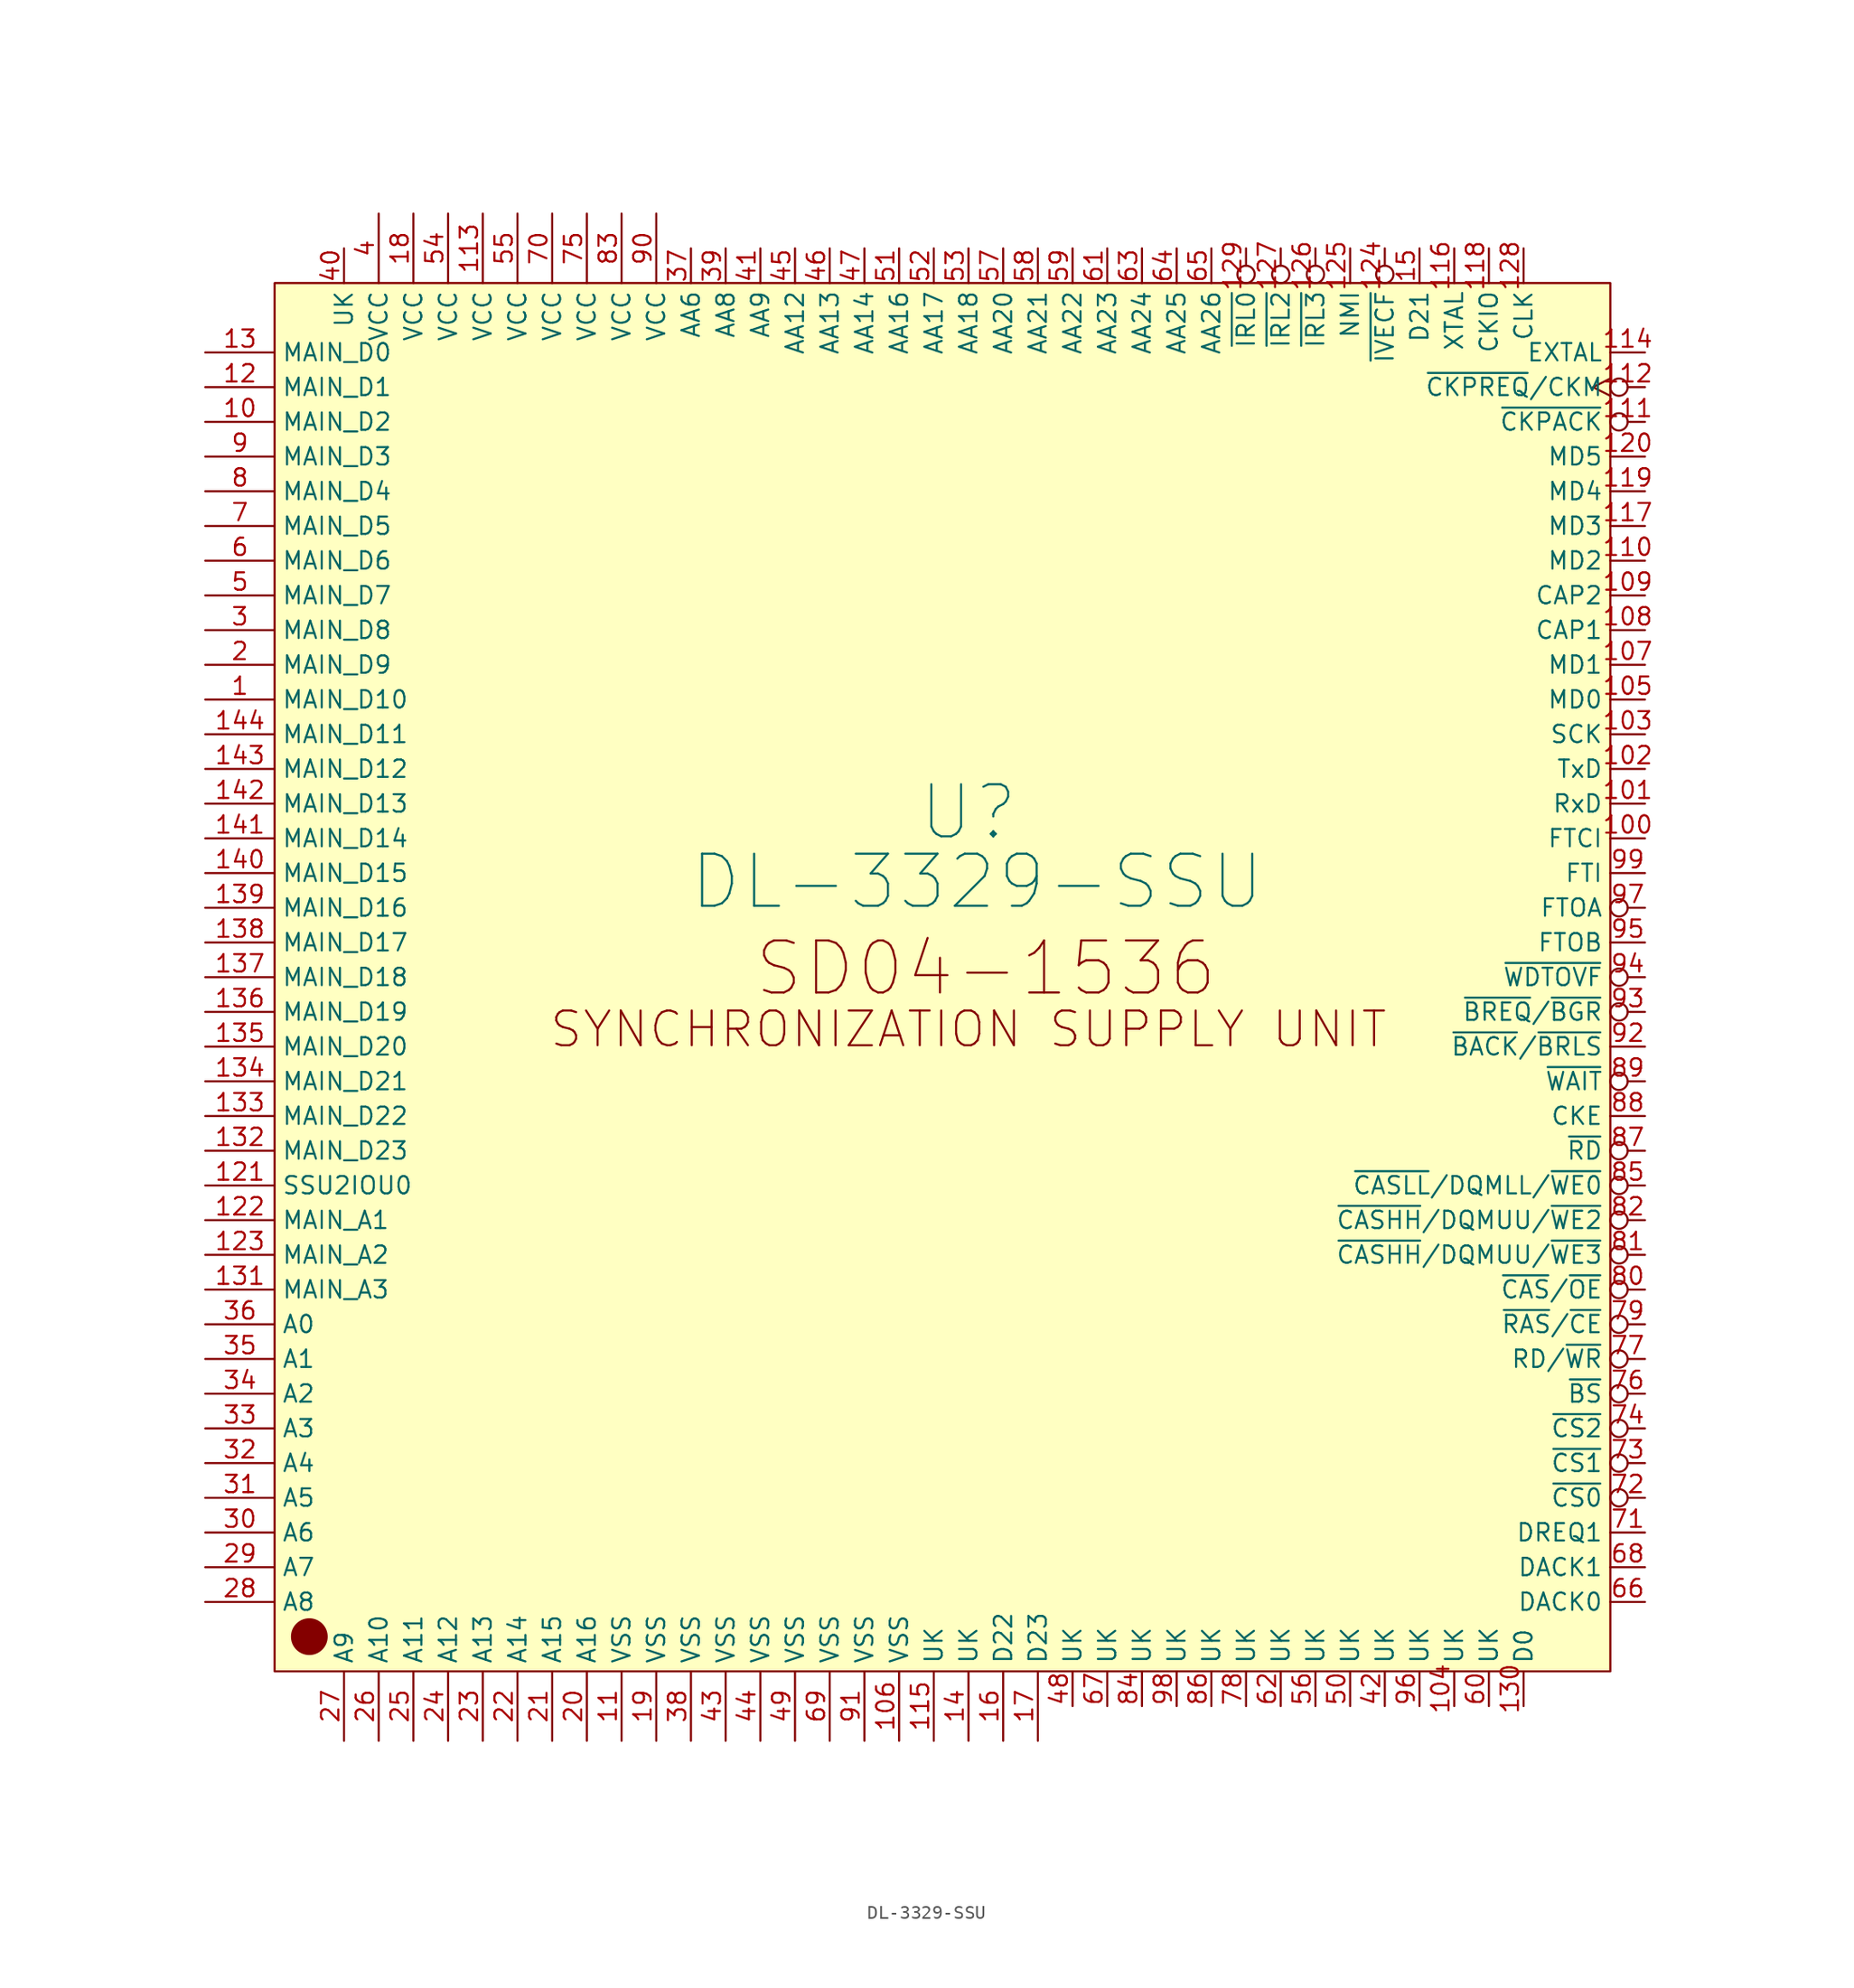
<source format=kicad_sym>
(kicad_symbol_lib
  (version 20211014)
  (generator kicad_symbol_editor)
  (symbol "DL-3329-SSU"
    (property "Reference" "U"
      (at -2.54 4.445 0)
      (effects (font (size 3.81 3.81))))
    (property "Value" "DL-3329-SSU"
      (at -1.905 -0.635 0)
      (effects (font (size 3.81 3.81))))
    (symbol "DL-3329-SSU_0_0"
      (text "SD04-1536" (at -1.27 -6.985 0) (effects (font (size 3.81 3.81))))
      (text "SYNCHRONIZATION SUPPLY UNIT" (at -2.54 -11.43 0) (effects (font (size 2.54 2.54)))))
    (symbol "DL-3329-SSU_0_1"
      (rectangle (start -53.34 43.18) (end 44.45 -58.42) (stroke (width 0) (type default) (color 0 0 0 0)) (fill (type background)))
      (circle (center -50.8 -55.88) (radius 1.27) (stroke (width 0.152) (type default) (color 0 0 0 0)) (fill (type outline))))
    (symbol "DL-3329-SSU_1_1"
      (pin bidirectional line (at -58.42 12.7 0) (length 5.08) (name "MAIN_D10" (effects (font (size 1.27 1.27)))) (number "1" (effects (font (size 1.27 1.27)))))
      (pin bidirectional line (at -58.42 33.02 0) (length 5.08) (name "MAIN_D2" (effects (font (size 1.27 1.27)))) (number "10" (effects (font (size 1.27 1.27)))))
      (pin input line (at 46.99 2.54 180) (length 2.54) (name "FTCI" (effects (font (size 1.27 1.27)))) (number "100" (effects (font (size 1.27 1.27)))))
      (pin input line (at 46.99 5.08 180) (length 2.54) (name "RxD" (effects (font (size 1.27 1.27)))) (number "101" (effects (font (size 1.27 1.27)))))
      (pin output line (at 46.99 7.62 180) (length 2.54) (name "TxD" (effects (font (size 1.27 1.27)))) (number "102" (effects (font (size 1.27 1.27)))))
      (pin bidirectional line (at 46.99 10.16 180) (length 2.54) (name "SCK" (effects (font (size 1.27 1.27)))) (number "103" (effects (font (size 1.27 1.27)))))
      (pin bidirectional line (at 33.02 -60.96 90) (length 2.54) (name "UK" (effects (font (size 1.27 1.27)))) (number "104" (effects (font (size 1.27 1.27)))))
      (pin input line (at 46.99 12.7 180) (length 2.54) (name "MD0" (effects (font (size 1.27 1.27)))) (number "105" (effects (font (size 1.27 1.27)))))
      (pin power_in line (at -7.62 -63.5 90) (length 5.08) (name "VSS" (effects (font (size 1.27 1.27)))) (number "106" (effects (font (size 1.27 1.27)))))
      (pin input line (at 46.99 15.24 180) (length 2.54) (name "MD1" (effects (font (size 1.27 1.27)))) (number "107" (effects (font (size 1.27 1.27)))))
      (pin output line (at 46.99 17.78 180) (length 2.54) (name "CAP1" (effects (font (size 1.27 1.27)))) (number "108" (effects (font (size 1.27 1.27)))))
      (pin output line (at 46.99 20.32 180) (length 2.54) (name "CAP2" (effects (font (size 1.27 1.27)))) (number "109" (effects (font (size 1.27 1.27)))))
      (pin power_in line (at -27.94 -63.5 90) (length 5.08) (name "VSS" (effects (font (size 1.27 1.27)))) (number "11" (effects (font (size 1.27 1.27)))))
      (pin input line (at 46.99 22.86 180) (length 2.54) (name "MD2" (effects (font (size 1.27 1.27)))) (number "110" (effects (font (size 1.27 1.27)))))
      (pin output inverted (at 46.99 33.02 180) (length 2.54) (name "~{CKPACK}" (effects (font (size 1.27 1.27)))) (number "111" (effects (font (size 1.27 1.27)))))
      (pin input inverted_clock (at 46.99 35.56 180) (length 2.54) (name "~{CKPREQ}/CKM" (effects (font (size 1.27 1.27)))) (number "112" (effects (font (size 1.27 1.27)))))
      (pin power_in line (at -38.1 48.26 270) (length 5.08) (name "VCC" (effects (font (size 1.27 1.27)))) (number "113" (effects (font (size 1.27 1.27)))))
      (pin input line (at 46.99 38.1 180) (length 2.54) (name "EXTAL" (effects (font (size 1.27 1.27)))) (number "114" (effects (font (size 1.27 1.27)))))
      (pin bidirectional line (at -5.08 -63.5 90) (length 5.08) (name "UK" (effects (font (size 1.27 1.27)))) (number "115" (effects (font (size 1.27 1.27)))))
      (pin output line (at 33.02 45.72 270) (length 2.54) (name "XTAL" (effects (font (size 1.27 1.27)))) (number "116" (effects (font (size 1.27 1.27)))))
      (pin input line (at 46.99 25.4 180) (length 2.54) (name "MD3" (effects (font (size 1.27 1.27)))) (number "117" (effects (font (size 1.27 1.27)))))
      (pin bidirectional line (at 35.56 45.72 270) (length 2.54) (name "CKIO" (effects (font (size 1.27 1.27)))) (number "118" (effects (font (size 1.27 1.27)))))
      (pin input line (at 46.99 27.94 180) (length 2.54) (name "MD4" (effects (font (size 1.27 1.27)))) (number "119" (effects (font (size 1.27 1.27)))))
      (pin bidirectional line (at -58.42 35.56 0) (length 5.08) (name "MAIN_D1" (effects (font (size 1.27 1.27)))) (number "12" (effects (font (size 1.27 1.27)))))
      (pin input line (at 46.99 30.48 180) (length 2.54) (name "MD5" (effects (font (size 1.27 1.27)))) (number "120" (effects (font (size 1.27 1.27)))))
      (pin tri_state line (at -58.42 -22.86 0) (length 5.08) (name "SSU2IOU0" (effects (font (size 1.27 1.27)))) (number "121" (effects (font (size 1.27 1.27)))))
      (pin bidirectional line (at -58.42 -25.4 0) (length 5.08) (name "MAIN_A1" (effects (font (size 1.27 1.27)))) (number "122" (effects (font (size 1.27 1.27)))))
      (pin bidirectional line (at -58.42 -27.94 0) (length 5.08) (name "MAIN_A2" (effects (font (size 1.27 1.27)))) (number "123" (effects (font (size 1.27 1.27)))))
      (pin input inverted (at 27.94 45.72 270) (length 2.54) (name "~{IVECF}" (effects (font (size 1.27 1.27)))) (number "124" (effects (font (size 1.27 1.27)))))
      (pin input line (at 25.4 45.72 270) (length 2.54) (name "NMI" (effects (font (size 1.27 1.27)))) (number "125" (effects (font (size 1.27 1.27)))))
      (pin input inverted (at 22.86 45.72 270) (length 2.54) (name "~{IRL3}" (effects (font (size 1.27 1.27)))) (number "126" (effects (font (size 1.27 1.27)))))
      (pin input inverted (at 20.32 45.72 270) (length 2.54) (name "~{IRL2}" (effects (font (size 1.27 1.27)))) (number "127" (effects (font (size 1.27 1.27)))))
      (pin input line (at 38.1 45.72 270) (length 2.54) (name "CLK" (effects (font (size 1.27 1.27)))) (number "128" (effects (font (size 1.27 1.27)))))
      (pin input inverted (at 17.78 45.72 270) (length 2.54) (name "~{IRL0}" (effects (font (size 1.27 1.27)))) (number "129" (effects (font (size 1.27 1.27)))))
      (pin bidirectional line (at -58.42 38.1 0) (length 5.08) (name "MAIN_D0" (effects (font (size 1.27 1.27)))) (number "13" (effects (font (size 1.27 1.27)))))
      (pin tri_state line (at 38.1 -60.96 90) (length 2.54) (name "D0" (effects (font (size 1.27 1.27)))) (number "130" (effects (font (size 1.27 1.27)))))
      (pin bidirectional line (at -58.42 -30.48 0) (length 5.08) (name "MAIN_A3" (effects (font (size 1.27 1.27)))) (number "131" (effects (font (size 1.27 1.27)))))
      (pin bidirectional line (at -58.42 -20.32 0) (length 5.08) (name "MAIN_D23" (effects (font (size 1.27 1.27)))) (number "132" (effects (font (size 1.27 1.27)))))
      (pin bidirectional line (at -58.42 -17.78 0) (length 5.08) (name "MAIN_D22" (effects (font (size 1.27 1.27)))) (number "133" (effects (font (size 1.27 1.27)))))
      (pin bidirectional line (at -58.42 -15.24 0) (length 5.08) (name "MAIN_D21" (effects (font (size 1.27 1.27)))) (number "134" (effects (font (size 1.27 1.27)))))
      (pin bidirectional line (at -58.42 -12.7 0) (length 5.08) (name "MAIN_D20" (effects (font (size 1.27 1.27)))) (number "135" (effects (font (size 1.27 1.27)))))
      (pin bidirectional line (at -58.42 -10.16 0) (length 5.08) (name "MAIN_D19" (effects (font (size 1.27 1.27)))) (number "136" (effects (font (size 1.27 1.27)))))
      (pin bidirectional line (at -58.42 -7.62 0) (length 5.08) (name "MAIN_D18" (effects (font (size 1.27 1.27)))) (number "137" (effects (font (size 1.27 1.27)))))
      (pin bidirectional line (at -58.42 -5.08 0) (length 5.08) (name "MAIN_D17" (effects (font (size 1.27 1.27)))) (number "138" (effects (font (size 1.27 1.27)))))
      (pin bidirectional line (at -58.42 -2.54 0) (length 5.08) (name "MAIN_D16" (effects (font (size 1.27 1.27)))) (number "139" (effects (font (size 1.27 1.27)))))
      (pin bidirectional line (at -2.54 -63.5 90) (length 5.08) (name "UK" (effects (font (size 1.27 1.27)))) (number "14" (effects (font (size 1.27 1.27)))))
      (pin bidirectional line (at -58.42 0 0) (length 5.08) (name "MAIN_D15" (effects (font (size 1.27 1.27)))) (number "140" (effects (font (size 1.27 1.27)))))
      (pin bidirectional line (at -58.42 2.54 0) (length 5.08) (name "MAIN_D14" (effects (font (size 1.27 1.27)))) (number "141" (effects (font (size 1.27 1.27)))))
      (pin bidirectional line (at -58.42 5.08 0) (length 5.08) (name "MAIN_D13" (effects (font (size 1.27 1.27)))) (number "142" (effects (font (size 1.27 1.27)))))
      (pin bidirectional line (at -58.42 7.62 0) (length 5.08) (name "MAIN_D12" (effects (font (size 1.27 1.27)))) (number "143" (effects (font (size 1.27 1.27)))))
      (pin bidirectional line (at -58.42 10.16 0) (length 5.08) (name "MAIN_D11" (effects (font (size 1.27 1.27)))) (number "144" (effects (font (size 1.27 1.27)))))
      (pin tri_state line (at 30.48 45.72 270) (length 2.54) (name "D21" (effects (font (size 1.27 1.27)))) (number "15" (effects (font (size 1.27 1.27)))))
      (pin tri_state line (at 0 -63.5 90) (length 5.08) (name "D22" (effects (font (size 1.27 1.27)))) (number "16" (effects (font (size 1.27 1.27)))))
      (pin tri_state line (at 2.54 -63.5 90) (length 5.08) (name "D23" (effects (font (size 1.27 1.27)))) (number "17" (effects (font (size 1.27 1.27)))))
      (pin power_in line (at -43.18 48.26 270) (length 5.08) (name "VCC" (effects (font (size 1.27 1.27)))) (number "18" (effects (font (size 1.27 1.27)))))
      (pin power_in line (at -25.4 -63.5 90) (length 5.08) (name "VSS" (effects (font (size 1.27 1.27)))) (number "19" (effects (font (size 1.27 1.27)))))
      (pin bidirectional line (at -58.42 15.24 0) (length 5.08) (name "MAIN_D9" (effects (font (size 1.27 1.27)))) (number "2" (effects (font (size 1.27 1.27)))))
      (pin bidirectional line (at -30.48 -63.5 90) (length 5.08) (name "A16" (effects (font (size 1.27 1.27)))) (number "20" (effects (font (size 1.27 1.27)))))
      (pin bidirectional line (at -33.02 -63.5 90) (length 5.08) (name "A15" (effects (font (size 1.27 1.27)))) (number "21" (effects (font (size 1.27 1.27)))))
      (pin bidirectional line (at -35.56 -63.5 90) (length 5.08) (name "A14" (effects (font (size 1.27 1.27)))) (number "22" (effects (font (size 1.27 1.27)))))
      (pin bidirectional line (at -38.1 -63.5 90) (length 5.08) (name "A13" (effects (font (size 1.27 1.27)))) (number "23" (effects (font (size 1.27 1.27)))))
      (pin bidirectional line (at -40.64 -63.5 90) (length 5.08) (name "A12" (effects (font (size 1.27 1.27)))) (number "24" (effects (font (size 1.27 1.27)))))
      (pin bidirectional line (at -43.18 -63.5 90) (length 5.08) (name "A11" (effects (font (size 1.27 1.27)))) (number "25" (effects (font (size 1.27 1.27)))))
      (pin bidirectional line (at -45.72 -63.5 90) (length 5.08) (name "A10" (effects (font (size 1.27 1.27)))) (number "26" (effects (font (size 1.27 1.27)))))
      (pin bidirectional line (at -48.26 -63.5 90) (length 5.08) (name "A9" (effects (font (size 1.27 1.27)))) (number "27" (effects (font (size 1.27 1.27)))))
      (pin bidirectional line (at -58.42 -53.34 0) (length 5.08) (name "A8" (effects (font (size 1.27 1.27)))) (number "28" (effects (font (size 1.27 1.27)))))
      (pin bidirectional line (at -58.42 -50.8 0) (length 5.08) (name "A7" (effects (font (size 1.27 1.27)))) (number "29" (effects (font (size 1.27 1.27)))))
      (pin bidirectional line (at -58.42 17.78 0) (length 5.08) (name "MAIN_D8" (effects (font (size 1.27 1.27)))) (number "3" (effects (font (size 1.27 1.27)))))
      (pin bidirectional line (at -58.42 -48.26 0) (length 5.08) (name "A6" (effects (font (size 1.27 1.27)))) (number "30" (effects (font (size 1.27 1.27)))))
      (pin bidirectional line (at -58.42 -45.72 0) (length 5.08) (name "A5" (effects (font (size 1.27 1.27)))) (number "31" (effects (font (size 1.27 1.27)))))
      (pin bidirectional line (at -58.42 -43.18 0) (length 5.08) (name "A4" (effects (font (size 1.27 1.27)))) (number "32" (effects (font (size 1.27 1.27)))))
      (pin bidirectional line (at -58.42 -40.64 0) (length 5.08) (name "A3" (effects (font (size 1.27 1.27)))) (number "33" (effects (font (size 1.27 1.27)))))
      (pin bidirectional line (at -58.42 -38.1 0) (length 5.08) (name "A2" (effects (font (size 1.27 1.27)))) (number "34" (effects (font (size 1.27 1.27)))))
      (pin bidirectional line (at -58.42 -35.56 0) (length 5.08) (name "A1" (effects (font (size 1.27 1.27)))) (number "35" (effects (font (size 1.27 1.27)))))
      (pin bidirectional line (at -58.42 -33.02 0) (length 5.08) (name "A0" (effects (font (size 1.27 1.27)))) (number "36" (effects (font (size 1.27 1.27)))))
      (pin bidirectional line (at -22.86 45.72 270) (length 2.54) (name "AA6" (effects (font (size 1.27 1.27)))) (number "37" (effects (font (size 1.27 1.27)))))
      (pin power_in line (at -22.86 -63.5 90) (length 5.08) (name "VSS" (effects (font (size 1.27 1.27)))) (number "38" (effects (font (size 1.27 1.27)))))
      (pin bidirectional line (at -20.32 45.72 270) (length 2.54) (name "AA8" (effects (font (size 1.27 1.27)))) (number "39" (effects (font (size 1.27 1.27)))))
      (pin power_in line (at -45.72 48.26 270) (length 5.08) (name "VCC" (effects (font (size 1.27 1.27)))) (number "4" (effects (font (size 1.27 1.27)))))
      (pin bidirectional line (at -48.26 45.72 270) (length 2.54) (name "UK" (effects (font (size 1.27 1.27)))) (number "40" (effects (font (size 1.27 1.27)))))
      (pin bidirectional line (at -17.78 45.72 270) (length 2.54) (name "AA9" (effects (font (size 1.27 1.27)))) (number "41" (effects (font (size 1.27 1.27)))))
      (pin bidirectional line (at 27.94 -60.96 90) (length 2.54) (name "UK" (effects (font (size 1.27 1.27)))) (number "42" (effects (font (size 1.27 1.27)))))
      (pin power_in line (at -20.32 -63.5 90) (length 5.08) (name "VSS" (effects (font (size 1.27 1.27)))) (number "43" (effects (font (size 1.27 1.27)))))
      (pin power_out line (at -17.78 -63.5 90) (length 5.08) (name "VSS" (effects (font (size 1.27 1.27)))) (number "44" (effects (font (size 1.27 1.27)))))
      (pin bidirectional line (at -15.24 45.72 270) (length 2.54) (name "AA12" (effects (font (size 1.27 1.27)))) (number "45" (effects (font (size 1.27 1.27)))))
      (pin bidirectional line (at -12.7 45.72 270) (length 2.54) (name "AA13" (effects (font (size 1.27 1.27)))) (number "46" (effects (font (size 1.27 1.27)))))
      (pin bidirectional line (at -10.16 45.72 270) (length 2.54) (name "AA14" (effects (font (size 1.27 1.27)))) (number "47" (effects (font (size 1.27 1.27)))))
      (pin bidirectional line (at 5.08 -60.96 90) (length 2.54) (name "UK" (effects (font (size 1.27 1.27)))) (number "48" (effects (font (size 1.27 1.27)))))
      (pin power_in line (at -15.24 -63.5 90) (length 5.08) (name "VSS" (effects (font (size 1.27 1.27)))) (number "49" (effects (font (size 1.27 1.27)))))
      (pin bidirectional line (at -58.42 20.32 0) (length 5.08) (name "MAIN_D7" (effects (font (size 1.27 1.27)))) (number "5" (effects (font (size 1.27 1.27)))))
      (pin bidirectional line (at 25.4 -60.96 90) (length 2.54) (name "UK" (effects (font (size 1.27 1.27)))) (number "50" (effects (font (size 1.27 1.27)))))
      (pin bidirectional line (at -7.62 45.72 270) (length 2.54) (name "AA16" (effects (font (size 1.27 1.27)))) (number "51" (effects (font (size 1.27 1.27)))))
      (pin bidirectional line (at -5.08 45.72 270) (length 2.54) (name "AA17" (effects (font (size 1.27 1.27)))) (number "52" (effects (font (size 1.27 1.27)))))
      (pin bidirectional line (at -2.54 45.72 270) (length 2.54) (name "AA18" (effects (font (size 1.27 1.27)))) (number "53" (effects (font (size 1.27 1.27)))))
      (pin power_in line (at -40.64 48.26 270) (length 5.08) (name "VCC" (effects (font (size 1.27 1.27)))) (number "54" (effects (font (size 1.27 1.27)))))
      (pin power_in line (at -35.56 48.26 270) (length 5.08) (name "VCC" (effects (font (size 1.27 1.27)))) (number "55" (effects (font (size 1.27 1.27)))))
      (pin bidirectional line (at 22.86 -60.96 90) (length 2.54) (name "UK" (effects (font (size 1.27 1.27)))) (number "56" (effects (font (size 1.27 1.27)))))
      (pin bidirectional line (at 0 45.72 270) (length 2.54) (name "AA20" (effects (font (size 1.27 1.27)))) (number "57" (effects (font (size 1.27 1.27)))))
      (pin bidirectional line (at 2.54 45.72 270) (length 2.54) (name "AA21" (effects (font (size 1.27 1.27)))) (number "58" (effects (font (size 1.27 1.27)))))
      (pin bidirectional line (at 5.08 45.72 270) (length 2.54) (name "AA22" (effects (font (size 1.27 1.27)))) (number "59" (effects (font (size 1.27 1.27)))))
      (pin bidirectional line (at -58.42 22.86 0) (length 5.08) (name "MAIN_D6" (effects (font (size 1.27 1.27)))) (number "6" (effects (font (size 1.27 1.27)))))
      (pin bidirectional line (at 35.56 -60.96 90) (length 2.54) (name "UK" (effects (font (size 1.27 1.27)))) (number "60" (effects (font (size 1.27 1.27)))))
      (pin bidirectional line (at 7.62 45.72 270) (length 2.54) (name "AA23" (effects (font (size 1.27 1.27)))) (number "61" (effects (font (size 1.27 1.27)))))
      (pin bidirectional line (at 20.32 -60.96 90) (length 2.54) (name "UK" (effects (font (size 1.27 1.27)))) (number "62" (effects (font (size 1.27 1.27)))))
      (pin bidirectional line (at 10.16 45.72 270) (length 2.54) (name "AA24" (effects (font (size 1.27 1.27)))) (number "63" (effects (font (size 1.27 1.27)))))
      (pin bidirectional line (at 12.7 45.72 270) (length 2.54) (name "AA25" (effects (font (size 1.27 1.27)))) (number "64" (effects (font (size 1.27 1.27)))))
      (pin bidirectional line (at 15.24 45.72 270) (length 2.54) (name "AA26" (effects (font (size 1.27 1.27)))) (number "65" (effects (font (size 1.27 1.27)))))
      (pin output line (at 46.99 -53.34 180) (length 2.54) (name "DACK0" (effects (font (size 1.27 1.27)))) (number "66" (effects (font (size 1.27 1.27)))))
      (pin bidirectional line (at 7.62 -60.96 90) (length 2.54) (name "UK" (effects (font (size 1.27 1.27)))) (number "67" (effects (font (size 1.27 1.27)))))
      (pin output line (at 46.99 -50.8 180) (length 2.54) (name "DACK1" (effects (font (size 1.27 1.27)))) (number "68" (effects (font (size 1.27 1.27)))))
      (pin power_in line (at -12.7 -63.5 90) (length 5.08) (name "VSS" (effects (font (size 1.27 1.27)))) (number "69" (effects (font (size 1.27 1.27)))))
      (pin bidirectional line (at -58.42 25.4 0) (length 5.08) (name "MAIN_D5" (effects (font (size 1.27 1.27)))) (number "7" (effects (font (size 1.27 1.27)))))
      (pin power_in line (at -33.02 48.26 270) (length 5.08) (name "VCC" (effects (font (size 1.27 1.27)))) (number "70" (effects (font (size 1.27 1.27)))))
      (pin input line (at 46.99 -48.26 180) (length 2.54) (name "DREQ1" (effects (font (size 1.27 1.27)))) (number "71" (effects (font (size 1.27 1.27)))))
      (pin output inverted (at 46.99 -45.72 180) (length 2.54) (name "~{CS0}" (effects (font (size 1.27 1.27)))) (number "72" (effects (font (size 1.27 1.27)))))
      (pin output inverted (at 46.99 -43.18 180) (length 2.54) (name "~{CS1}" (effects (font (size 1.27 1.27)))) (number "73" (effects (font (size 1.27 1.27)))))
      (pin output inverted (at 46.99 -40.64 180) (length 2.54) (name "~{CS2}" (effects (font (size 1.27 1.27)))) (number "74" (effects (font (size 1.27 1.27)))))
      (pin power_in line (at -30.48 48.26 270) (length 5.08) (name "VCC" (effects (font (size 1.27 1.27)))) (number "75" (effects (font (size 1.27 1.27)))))
      (pin bidirectional inverted (at 46.99 -38.1 180) (length 2.54) (name "~{BS}" (effects (font (size 1.27 1.27)))) (number "76" (effects (font (size 1.27 1.27)))))
      (pin bidirectional inverted (at 46.99 -35.56 180) (length 2.54) (name "RD/~{WR}" (effects (font (size 1.27 1.27)))) (number "77" (effects (font (size 1.27 1.27)))))
      (pin bidirectional line (at 17.78 -60.96 90) (length 2.54) (name "UK" (effects (font (size 1.27 1.27)))) (number "78" (effects (font (size 1.27 1.27)))))
      (pin output inverted (at 46.99 -33.02 180) (length 2.54) (name "~{RAS}/~{CE}" (effects (font (size 1.27 1.27)))) (number "79" (effects (font (size 1.27 1.27)))))
      (pin bidirectional line (at -58.42 27.94 0) (length 5.08) (name "MAIN_D4" (effects (font (size 1.27 1.27)))) (number "8" (effects (font (size 1.27 1.27)))))
      (pin output inverted (at 46.99 -30.48 180) (length 2.54) (name "~{CAS}/~{OE}" (effects (font (size 1.27 1.27)))) (number "80" (effects (font (size 1.27 1.27)))))
      (pin output inverted (at 46.99 -27.94 180) (length 2.54) (name "~{CASHH}/DQMUU/~{WE3}" (effects (font (size 1.27 1.27)))) (number "81" (effects (font (size 1.27 1.27)))))
      (pin output inverted (at 46.99 -25.4 180) (length 2.54) (name "~{CASHH}/DQMUU/~{WE2}" (effects (font (size 1.27 1.27)))) (number "82" (effects (font (size 1.27 1.27)))))
      (pin power_out line (at -27.94 48.26 270) (length 5.08) (name "VCC" (effects (font (size 1.27 1.27)))) (number "83" (effects (font (size 1.27 1.27)))))
      (pin bidirectional line (at 10.16 -60.96 90) (length 2.54) (name "UK" (effects (font (size 1.27 1.27)))) (number "84" (effects (font (size 1.27 1.27)))))
      (pin output inverted (at 46.99 -22.86 180) (length 2.54) (name "~{CASLL}/DQMLL/~{WE0}" (effects (font (size 1.27 1.27)))) (number "85" (effects (font (size 1.27 1.27)))))
      (pin bidirectional line (at 15.24 -60.96 90) (length 2.54) (name "UK" (effects (font (size 1.27 1.27)))) (number "86" (effects (font (size 1.27 1.27)))))
      (pin output inverted (at 46.99 -20.32 180) (length 2.54) (name "~{RD}" (effects (font (size 1.27 1.27)))) (number "87" (effects (font (size 1.27 1.27)))))
      (pin output line (at 46.99 -17.78 180) (length 2.54) (name "CKE" (effects (font (size 1.27 1.27)))) (number "88" (effects (font (size 1.27 1.27)))))
      (pin input inverted (at 46.99 -15.24 180) (length 2.54) (name "~{WAIT}" (effects (font (size 1.27 1.27)))) (number "89" (effects (font (size 1.27 1.27)))))
      (pin bidirectional line (at -58.42 30.48 0) (length 5.08) (name "MAIN_D3" (effects (font (size 1.27 1.27)))) (number "9" (effects (font (size 1.27 1.27)))))
      (pin power_in line (at -25.4 48.26 270) (length 5.08) (name "VCC" (effects (font (size 1.27 1.27)))) (number "90" (effects (font (size 1.27 1.27)))))
      (pin power_in line (at -10.16 -63.5 90) (length 5.08) (name "VSS" (effects (font (size 1.27 1.27)))) (number "91" (effects (font (size 1.27 1.27)))))
      (pin input line (at 46.99 -12.7 180) (length 2.54) (name "~{BACK}/~{BRLS}" (effects (font (size 1.27 1.27)))) (number "92" (effects (font (size 1.27 1.27)))))
      (pin output inverted (at 46.99 -10.16 180) (length 2.54) (name "~{BREQ}/~{BGR}" (effects (font (size 1.27 1.27)))) (number "93" (effects (font (size 1.27 1.27)))))
      (pin output inverted (at 46.99 -7.62 180) (length 2.54) (name "~{WDTOVF}" (effects (font (size 1.27 1.27)))) (number "94" (effects (font (size 1.27 1.27)))))
      (pin output line (at 46.99 -5.08 180) (length 2.54) (name "FTOB" (effects (font (size 1.27 1.27)))) (number "95" (effects (font (size 1.27 1.27)))))
      (pin bidirectional line (at 30.48 -60.96 90) (length 2.54) (name "UK" (effects (font (size 1.27 1.27)))) (number "96" (effects (font (size 1.27 1.27)))))
      (pin output inverted (at 46.99 -2.54 180) (length 2.54) (name "FTOA" (effects (font (size 1.27 1.27)))) (number "97" (effects (font (size 1.27 1.27)))))
      (pin bidirectional line (at 12.7 -60.96 90) (length 2.54) (name "UK" (effects (font (size 1.27 1.27)))) (number "98" (effects (font (size 1.27 1.27)))))
      (pin input line (at 46.99 0 180) (length 2.54) (name "FTI" (effects (font (size 1.27 1.27)))) (number "99" (effects (font (size 1.27 1.27))))))))
</source>
